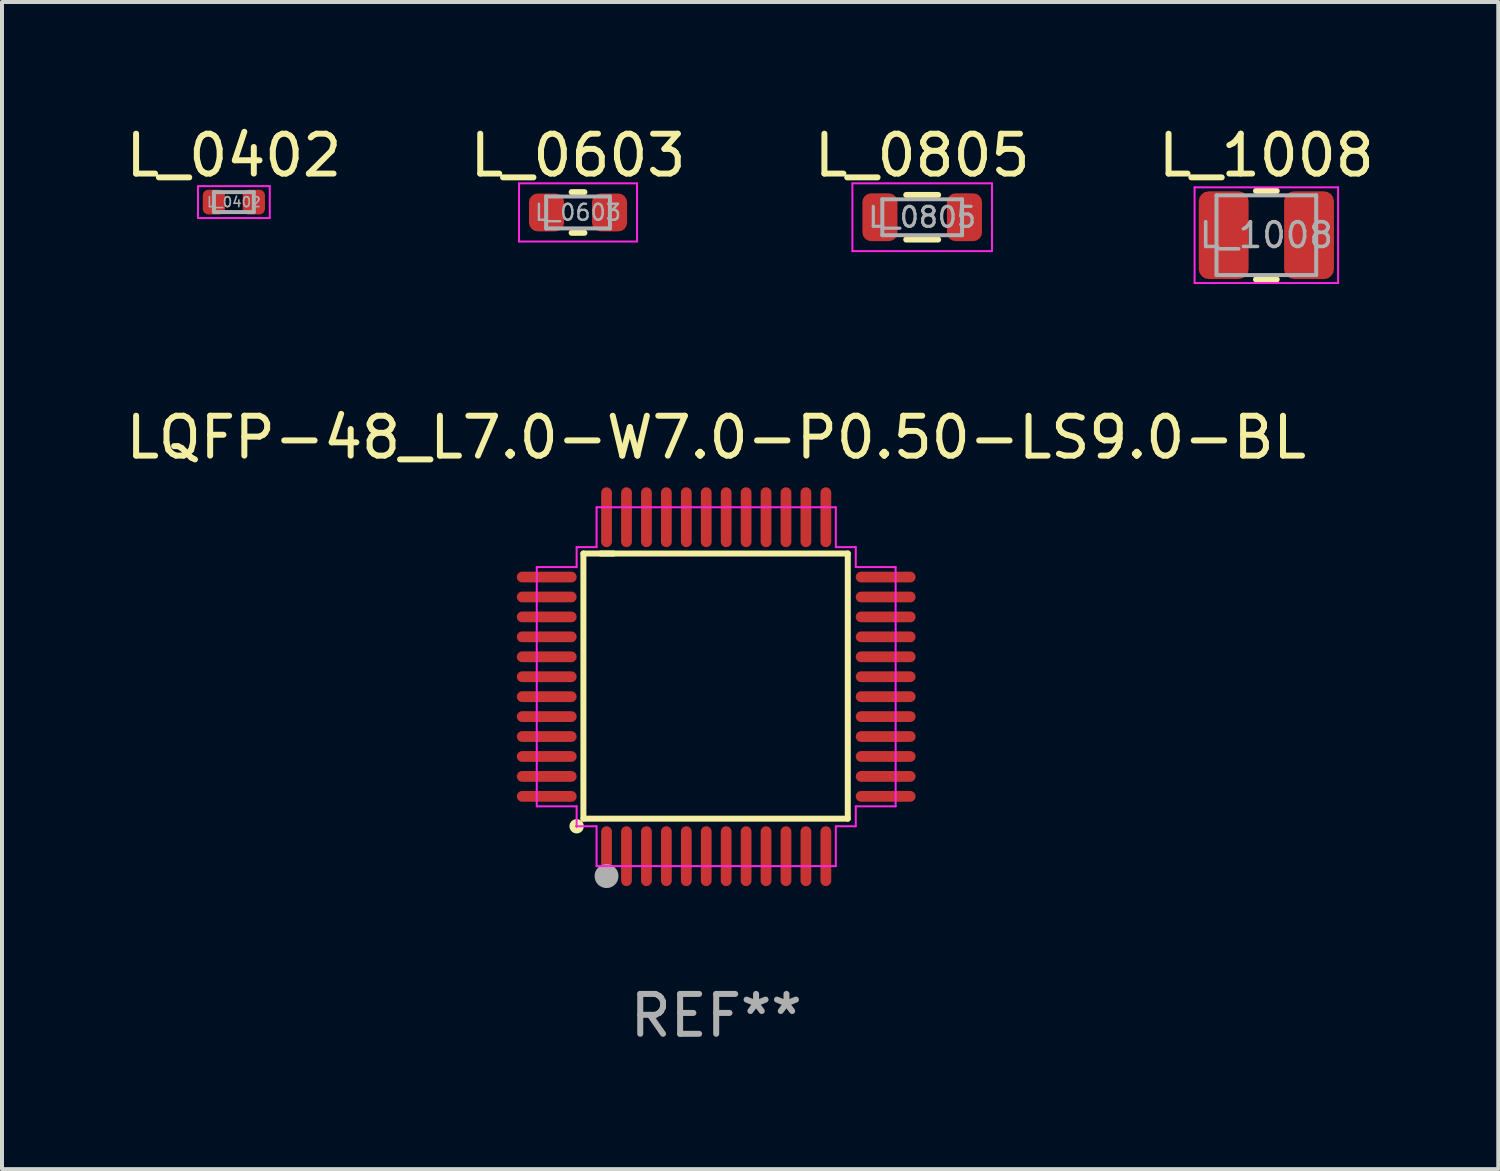
<source format=kicad_pcb>
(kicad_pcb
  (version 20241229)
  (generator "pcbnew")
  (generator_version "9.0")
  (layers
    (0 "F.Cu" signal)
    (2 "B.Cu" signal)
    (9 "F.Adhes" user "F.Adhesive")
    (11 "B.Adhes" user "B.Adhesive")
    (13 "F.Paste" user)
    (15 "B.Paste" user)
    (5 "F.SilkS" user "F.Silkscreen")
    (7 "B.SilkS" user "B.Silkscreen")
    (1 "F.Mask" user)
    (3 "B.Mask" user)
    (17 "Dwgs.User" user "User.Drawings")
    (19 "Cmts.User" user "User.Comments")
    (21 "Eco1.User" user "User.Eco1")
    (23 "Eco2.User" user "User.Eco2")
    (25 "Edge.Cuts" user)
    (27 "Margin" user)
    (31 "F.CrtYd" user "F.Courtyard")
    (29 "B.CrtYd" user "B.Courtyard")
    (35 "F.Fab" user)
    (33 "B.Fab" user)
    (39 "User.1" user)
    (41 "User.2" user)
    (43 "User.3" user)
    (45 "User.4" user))
  (footprint "L_0603"
    (layer "F.Cu")
    (at 11.446 2.278)
    (property "Reference" "L_0603" (at 0 -1.43 0) (layer "F.SilkS") (effects (font (size 1 1) (thickness 0.15))))
    (attr smd)
    (fp_line (start -0.16 -0.51) (end 0.16 -0.51) (stroke (width 0.15) (type solid)) (layer "F.SilkS"))
    (fp_line (start -0.16 0.51) (end 0.16 0.51) (stroke (width 0.15) (type solid)) (layer "F.SilkS"))
    (fp_line (start -1.48 -0.73) (end 1.48 -0.73) (stroke (width 0.05) (type solid)) (layer "F.CrtYd"))
    (fp_line (start -1.48 0.73) (end -1.48 -0.73) (stroke (width 0.05) (type solid)) (layer "F.CrtYd"))
    (fp_line (start 1.48 -0.73) (end 1.48 0.73) (stroke (width 0.05) (type solid)) (layer "F.CrtYd"))
    (fp_line (start 1.48 0.73) (end -1.48 0.73) (stroke (width 0.05) (type solid)) (layer "F.CrtYd"))
    (fp_line (start -0.8 -0.4) (end 0.8 -0.4) (stroke (width 0.1) (type solid)) (layer "F.Fab"))
    (fp_line (start -0.8 0.4) (end -0.8 -0.4) (stroke (width 0.1) (type solid)) (layer "F.Fab"))
    (fp_line (start 0.8 -0.4) (end 0.8 0.4) (stroke (width 0.1) (type solid)) (layer "F.Fab"))
    (fp_line (start 0.8 0.4) (end -0.8 0.4) (stroke (width 0.1) (type solid)) (layer "F.Fab"))
    (fp_text user "${REFERENCE}" (at 0 0 0) (layer "F.Fab") (effects (font (size 0.4 0.4) (thickness 0.06))))
    (pad "1" smd roundrect (at -0.79 0) (size 0.88 0.95) (layers "F.Cu" "F.Mask" "F.Paste") (roundrect_rratio 0.25))
    (pad "2" smd roundrect (at 0.79 0) (size 0.88 0.95) (layers "F.Cu" "F.Mask" "F.Paste") (roundrect_rratio 0.25)))
  (footprint "LQFP-48_L7.0-W7.0-P0.50-LS9.0-BL"
    (layer "F.Cu")
    (at 14.911 14.171)
    (property "Reference" "LQFP-48_L7.0-W7.0-P0.50-LS9.0-BL" (at 0 -6.25 0) (layer "F.SilkS") (effects (font (size 1 1) (thickness 0.15))))
    (attr smd)
    (fp_line (start -3.33 -3.34) (end -2.57 -3.34) (stroke (width 0.15) (type solid)) (layer "F.SilkS"))
    (fp_line (start -3.33 3.31) (end -3.33 -3.34) (stroke (width 0.15) (type solid)) (layer "F.SilkS"))
    (fp_line (start -2.9 -3.34) (end 3.3 -3.34) (stroke (width 0.15) (type solid)) (layer "F.SilkS"))
    (fp_line (start 3.3 -3.34) (end 3.3 3.31) (stroke (width 0.15) (type solid)) (layer "F.SilkS"))
    (fp_line (start 3.3 3.31) (end -3.33 3.31) (stroke (width 0.15) (type solid)) (layer "F.SilkS"))
    (fp_circle (center -3.5 3.5) (end -3.47 3.5) (stroke (width 0.15) (type solid)) (fill no) (layer "F.SilkS"))
    (fp_line (start -4.5 -3) (end -3.5 -3) (stroke (width 0.05) (type default)) (layer "F.CrtYd"))
    (fp_line (start -4.5 3) (end -4.5 -3) (stroke (width 0.05) (type default)) (layer "F.CrtYd"))
    (fp_line (start -3.5 -3.5) (end -3 -3.5) (stroke (width 0.05) (type default)) (layer "F.CrtYd"))
    (fp_line (start -3.5 -3) (end -3.5 -3.5) (stroke (width 0.05) (type default)) (layer "F.CrtYd"))
    (fp_line (start -3.5 3) (end -4.5 3) (stroke (width 0.05) (type default)) (layer "F.CrtYd"))
    (fp_line (start -3.5 3.5) (end -3.5 3) (stroke (width 0.05) (type default)) (layer "F.CrtYd"))
    (fp_line (start -3 -4.5) (end 3 -4.5) (stroke (width 0.05) (type default)) (layer "F.CrtYd"))
    (fp_line (start -3 -3.5) (end -3 -4.5) (stroke (width 0.05) (type default)) (layer "F.CrtYd"))
    (fp_line (start -3 3.5) (end -3.5 3.5) (stroke (width 0.05) (type default)) (layer "F.CrtYd"))
    (fp_line (start -3 4.5) (end -3 3.5) (stroke (width 0.05) (type default)) (layer "F.CrtYd"))
    (fp_line (start 3 -4.5) (end 3 -3.5) (stroke (width 0.05) (type default)) (layer "F.CrtYd"))
    (fp_line (start 3 -3.5) (end 3.5 -3.5) (stroke (width 0.05) (type default)) (layer "F.CrtYd"))
    (fp_line (start 3 3.5) (end 3 4.5) (stroke (width 0.05) (type default)) (layer "F.CrtYd"))
    (fp_line (start 3 4.5) (end -3 4.5) (stroke (width 0.05) (type default)) (layer "F.CrtYd"))
    (fp_line (start 3.5 -3.5) (end 3.5 -3) (stroke (width 0.05) (type default)) (layer "F.CrtYd"))
    (fp_line (start 3.5 -3) (end 4.5 -3) (stroke (width 0.05) (type default)) (layer "F.CrtYd"))
    (fp_line (start 3.5 3) (end 3.5 3.5) (stroke (width 0.05) (type default)) (layer "F.CrtYd"))
    (fp_line (start 3.5 3.5) (end 3 3.5) (stroke (width 0.05) (type default)) (layer "F.CrtYd"))
    (fp_line (start 4.5 -3) (end 4.5 3) (stroke (width 0.05) (type default)) (layer "F.CrtYd"))
    (fp_line (start 4.5 3) (end 3.5 3) (stroke (width 0.05) (type default)) (layer "F.CrtYd"))
    (fp_circle (center -2.75 4.75) (end -2.6 4.75) (stroke (width 0.3) (type solid)) (fill no) (layer "F.Fab"))
    (fp_text user "REF**" (at 0 8.25 0) (layer "F.Fab") (effects (font (size 1 1) (thickness 0.15))))
    (pad "1" smd oval (at -2.75 4.25) (size 0.27 1.5) (layers "F.Cu" "F.Mask" "F.Paste"))
    (pad "2" smd oval (at -2.25 4.25) (size 0.27 1.5) (layers "F.Cu" "F.Mask" "F.Paste"))
    (pad "3" smd oval (at -1.75 4.25) (size 0.27 1.5) (layers "F.Cu" "F.Mask" "F.Paste"))
    (pad "4" smd oval (at -1.25 4.25) (size 0.27 1.5) (layers "F.Cu" "F.Mask" "F.Paste"))
    (pad "5" smd oval (at -0.75 4.25) (size 0.27 1.5) (layers "F.Cu" "F.Mask" "F.Paste"))
    (pad "6" smd oval (at -0.25 4.25) (size 0.27 1.5) (layers "F.Cu" "F.Mask" "F.Paste"))
    (pad "7" smd oval (at 0.25 4.25) (size 0.27 1.5) (layers "F.Cu" "F.Mask" "F.Paste"))
    (pad "8" smd oval (at 0.75 4.25) (size 0.27 1.5) (layers "F.Cu" "F.Mask" "F.Paste"))
    (pad "9" smd oval (at 1.25 4.25) (size 0.27 1.5) (layers "F.Cu" "F.Mask" "F.Paste"))
    (pad "10" smd oval (at 1.75 4.25) (size 0.27 1.5) (layers "F.Cu" "F.Mask" "F.Paste"))
    (pad "11" smd oval (at 2.25 4.25) (size 0.27 1.5) (layers "F.Cu" "F.Mask" "F.Paste"))
    (pad "12" smd oval (at 2.75 4.25) (size 0.27 1.5) (layers "F.Cu" "F.Mask" "F.Paste"))
    (pad "13" smd oval (at 4.25 2.75) (size 1.5 0.27) (layers "F.Cu" "F.Mask" "F.Paste"))
    (pad "14" smd oval (at 4.25 2.25) (size 1.5 0.27) (layers "F.Cu" "F.Mask" "F.Paste"))
    (pad "15" smd oval (at 4.25 1.75) (size 1.5 0.27) (layers "F.Cu" "F.Mask" "F.Paste"))
    (pad "16" smd oval (at 4.25 1.25) (size 1.5 0.27) (layers "F.Cu" "F.Mask" "F.Paste"))
    (pad "17" smd oval (at 4.25 0.75) (size 1.5 0.27) (layers "F.Cu" "F.Mask" "F.Paste"))
    (pad "18" smd oval (at 4.25 0.25) (size 1.5 0.27) (layers "F.Cu" "F.Mask" "F.Paste"))
    (pad "19" smd oval (at 4.25 -0.25) (size 1.5 0.27) (layers "F.Cu" "F.Mask" "F.Paste"))
    (pad "20" smd oval (at 4.25 -0.75) (size 1.5 0.27) (layers "F.Cu" "F.Mask" "F.Paste"))
    (pad "21" smd oval (at 4.25 -1.25) (size 1.5 0.27) (layers "F.Cu" "F.Mask" "F.Paste"))
    (pad "22" smd oval (at 4.25 -1.75) (size 1.5 0.27) (layers "F.Cu" "F.Mask" "F.Paste"))
    (pad "23" smd oval (at 4.25 -2.25) (size 1.5 0.27) (layers "F.Cu" "F.Mask" "F.Paste"))
    (pad "24" smd oval (at 4.25 -2.75) (size 1.5 0.27) (layers "F.Cu" "F.Mask" "F.Paste"))
    (pad "25" smd oval (at 2.75 -4.25) (size 0.27 1.5) (layers "F.Cu" "F.Mask" "F.Paste"))
    (pad "26" smd oval (at 2.25 -4.25) (size 0.27 1.5) (layers "F.Cu" "F.Mask" "F.Paste"))
    (pad "27" smd oval (at 1.75 -4.25) (size 0.27 1.5) (layers "F.Cu" "F.Mask" "F.Paste"))
    (pad "28" smd oval (at 1.25 -4.25) (size 0.27 1.5) (layers "F.Cu" "F.Mask" "F.Paste"))
    (pad "29" smd oval (at 0.75 -4.25) (size 0.27 1.5) (layers "F.Cu" "F.Mask" "F.Paste"))
    (pad "30" smd oval (at 0.25 -4.25) (size 0.27 1.5) (layers "F.Cu" "F.Mask" "F.Paste"))
    (pad "31" smd oval (at -0.25 -4.25) (size 0.27 1.5) (layers "F.Cu" "F.Mask" "F.Paste"))
    (pad "32" smd oval (at -0.75 -4.25) (size 0.27 1.5) (layers "F.Cu" "F.Mask" "F.Paste"))
    (pad "33" smd oval (at -1.25 -4.25) (size 0.27 1.5) (layers "F.Cu" "F.Mask" "F.Paste"))
    (pad "34" smd oval (at -1.75 -4.25) (size 0.27 1.5) (layers "F.Cu" "F.Mask" "F.Paste"))
    (pad "35" smd oval (at -2.25 -4.25) (size 0.27 1.5) (layers "F.Cu" "F.Mask" "F.Paste"))
    (pad "36" smd oval (at -2.75 -4.25) (size 0.27 1.5) (layers "F.Cu" "F.Mask" "F.Paste"))
    (pad "37" smd oval (at -4.25 -2.75) (size 1.5 0.27) (layers "F.Cu" "F.Mask" "F.Paste"))
    (pad "38" smd oval (at -4.25 -2.25) (size 1.5 0.27) (layers "F.Cu" "F.Mask" "F.Paste"))
    (pad "39" smd oval (at -4.25 -1.75) (size 1.5 0.27) (layers "F.Cu" "F.Mask" "F.Paste"))
    (pad "40" smd oval (at -4.25 -1.25) (size 1.5 0.27) (layers "F.Cu" "F.Mask" "F.Paste"))
    (pad "41" smd oval (at -4.25 -0.75) (size 1.5 0.27) (layers "F.Cu" "F.Mask" "F.Paste"))
    (pad "42" smd oval (at -4.25 -0.25) (size 1.5 0.27) (layers "F.Cu" "F.Mask" "F.Paste"))
    (pad "43" smd oval (at -4.25 0.25) (size 1.5 0.27) (layers "F.Cu" "F.Mask" "F.Paste"))
    (pad "44" smd oval (at -4.25 0.75) (size 1.5 0.27) (layers "F.Cu" "F.Mask" "F.Paste"))
    (pad "45" smd oval (at -4.25 1.25) (size 1.5 0.27) (layers "F.Cu" "F.Mask" "F.Paste"))
    (pad "46" smd oval (at -4.25 1.75) (size 1.5 0.27) (layers "F.Cu" "F.Mask" "F.Paste"))
    (pad "47" smd oval (at -4.25 2.25) (size 1.5 0.27) (layers "F.Cu" "F.Mask" "F.Paste"))
    (pad "48" smd oval (at -4.25 2.75) (size 1.5 0.27) (layers "F.Cu" "F.Mask" "F.Paste")))
  (footprint "L_1008"
    (layer "F.Cu")
    (at 28.708 2.848)
    (property "Reference" "L_1008" (at 0 -2 0) (layer "F.SilkS") (effects (font (size 1 1) (thickness 0.15))))
    (attr smd)
    (fp_line (start -0.26 -1.11) (end 0.26 -1.11) (stroke (width 0.15) (type solid)) (layer "F.SilkS"))
    (fp_line (start -0.26 1.11) (end 0.26 1.11) (stroke (width 0.15) (type solid)) (layer "F.SilkS"))
    (fp_line (start -1.8 -1.2) (end 1.8 -1.2) (stroke (width 0.05) (type default)) (layer "F.CrtYd"))
    (fp_line (start -1.8 1.2) (end -1.8 -1.2) (stroke (width 0.05) (type default)) (layer "F.CrtYd"))
    (fp_line (start 1.8 -1.2) (end 1.8 1.2) (stroke (width 0.05) (type default)) (layer "F.CrtYd"))
    (fp_line (start 1.8 1.2) (end -1.8 1.2) (stroke (width 0.05) (type default)) (layer "F.CrtYd"))
    (fp_line (start -1.25 -1) (end 1.25 -1) (stroke (width 0.1) (type solid)) (layer "F.Fab"))
    (fp_line (start -1.25 1) (end -1.25 -1) (stroke (width 0.1) (type solid)) (layer "F.Fab"))
    (fp_line (start 1.25 -1) (end 1.25 1) (stroke (width 0.1) (type solid)) (layer "F.Fab"))
    (fp_line (start 1.25 1) (end -1.25 1) (stroke (width 0.1) (type solid)) (layer "F.Fab"))
    (fp_text user "${REFERENCE}" (at 0 0 0) (layer "F.Fab") (effects (font (size 0.62 0.62) (thickness 0.09))))
    (pad "1" smd roundrect (at -1.07 0) (size 1.25 2.2) (layers "F.Cu" "F.Mask" "F.Paste") (roundrect_rratio 0.2))
    (pad "2" smd roundrect (at 1.07 0) (size 1.25 2.2) (layers "F.Cu" "F.Mask" "F.Paste") (roundrect_rratio 0.2)))
  (footprint "L_0402"
    (layer "F.Cu")
    (at 2.815 2.018)
    (property "Reference" "L_0402" (at 0 -1.17 0) (layer "F.SilkS") (effects (font (size 1 1) (thickness 0.15))))
    (attr smd)
    (fp_line (start -0.9 -0.4) (end -0.9 0.4) (stroke (width 0.05) (type default)) (layer "F.CrtYd"))
    (fp_line (start -0.9 -0.4) (end 0.9 -0.4) (stroke (width 0.05) (type default)) (layer "F.CrtYd"))
    (fp_line (start 0.9 -0.4) (end 0.9 0.4) (stroke (width 0.05) (type default)) (layer "F.CrtYd"))
    (fp_line (start 0.9 0.4) (end -0.9 0.4) (stroke (width 0.05) (type default)) (layer "F.CrtYd"))
    (fp_line (start -0.5 -0.25) (end 0.5 -0.25) (stroke (width 0.1) (type solid)) (layer "F.Fab"))
    (fp_line (start -0.5 0.25) (end -0.5 -0.25) (stroke (width 0.1) (type solid)) (layer "F.Fab"))
    (fp_line (start 0.5 -0.25) (end 0.5 0.25) (stroke (width 0.1) (type solid)) (layer "F.Fab"))
    (fp_line (start 0.5 0.25) (end -0.5 0.25) (stroke (width 0.1) (type solid)) (layer "F.Fab"))
    (fp_text user "${REFERENCE}" (at 0 0 0) (layer "F.Fab") (effects (font (size 0.25 0.25) (thickness 0.04))))
    (pad "1" smd roundrect (at -0.5 0) (size 0.56 0.62) (layers "F.Cu" "F.Mask" "F.Paste") (roundrect_rratio 0.25))
    (pad "2" smd roundrect (at 0.5 0) (size 0.56 0.62) (layers "F.Cu" "F.Mask" "F.Paste") (roundrect_rratio 0.25)))
  (footprint "L_0805"
    (layer "F.Cu")
    (at 20.077 2.398)
    (property "Reference" "L_0805" (at 0 -1.55 0) (layer "F.SilkS") (effects (font (size 1 1) (thickness 0.15))))
    (attr smd)
    (fp_line (start -0.4 -0.56) (end 0.4 -0.56) (stroke (width 0.15) (type solid)) (layer "F.SilkS"))
    (fp_line (start -0.4 0.56) (end 0.4 0.56) (stroke (width 0.15) (type solid)) (layer "F.SilkS"))
    (fp_line (start -1.75 -0.85) (end 1.75 -0.85) (stroke (width 0.05) (type solid)) (layer "F.CrtYd"))
    (fp_line (start -1.75 0.85) (end -1.75 -0.85) (stroke (width 0.05) (type solid)) (layer "F.CrtYd"))
    (fp_line (start 1.75 -0.85) (end 1.75 0.85) (stroke (width 0.05) (type solid)) (layer "F.CrtYd"))
    (fp_line (start 1.75 0.85) (end -1.75 0.85) (stroke (width 0.05) (type solid)) (layer "F.CrtYd"))
    (fp_line (start -1 -0.45) (end 1 -0.45) (stroke (width 0.1) (type solid)) (layer "F.Fab"))
    (fp_line (start -1 0.45) (end -1 -0.45) (stroke (width 0.1) (type solid)) (layer "F.Fab"))
    (fp_line (start 1 -0.45) (end 1 0.45) (stroke (width 0.1) (type solid)) (layer "F.Fab"))
    (fp_line (start 1 0.45) (end -1 0.45) (stroke (width 0.1) (type solid)) (layer "F.Fab"))
    (fp_text user "${REFERENCE}" (at 0 0 0) (layer "F.Fab") (effects (font (size 0.5 0.5) (thickness 0.08))))
    (pad "1" smd roundrect (at -1.06 0) (size 0.88 1.2) (layers "F.Cu" "F.Mask" "F.Paste") (roundrect_rratio 0.25))
    (pad "2" smd roundrect (at 1.06 0) (size 0.88 1.2) (layers "F.Cu" "F.Mask" "F.Paste") (roundrect_rratio 0.25)))
  (gr_rect
    (start -3 -3)
    (end 34.524 26.27)
    (stroke (width 0.1) (type default))
    (fill no)
    (layer "Edge.Cuts")))
</source>
